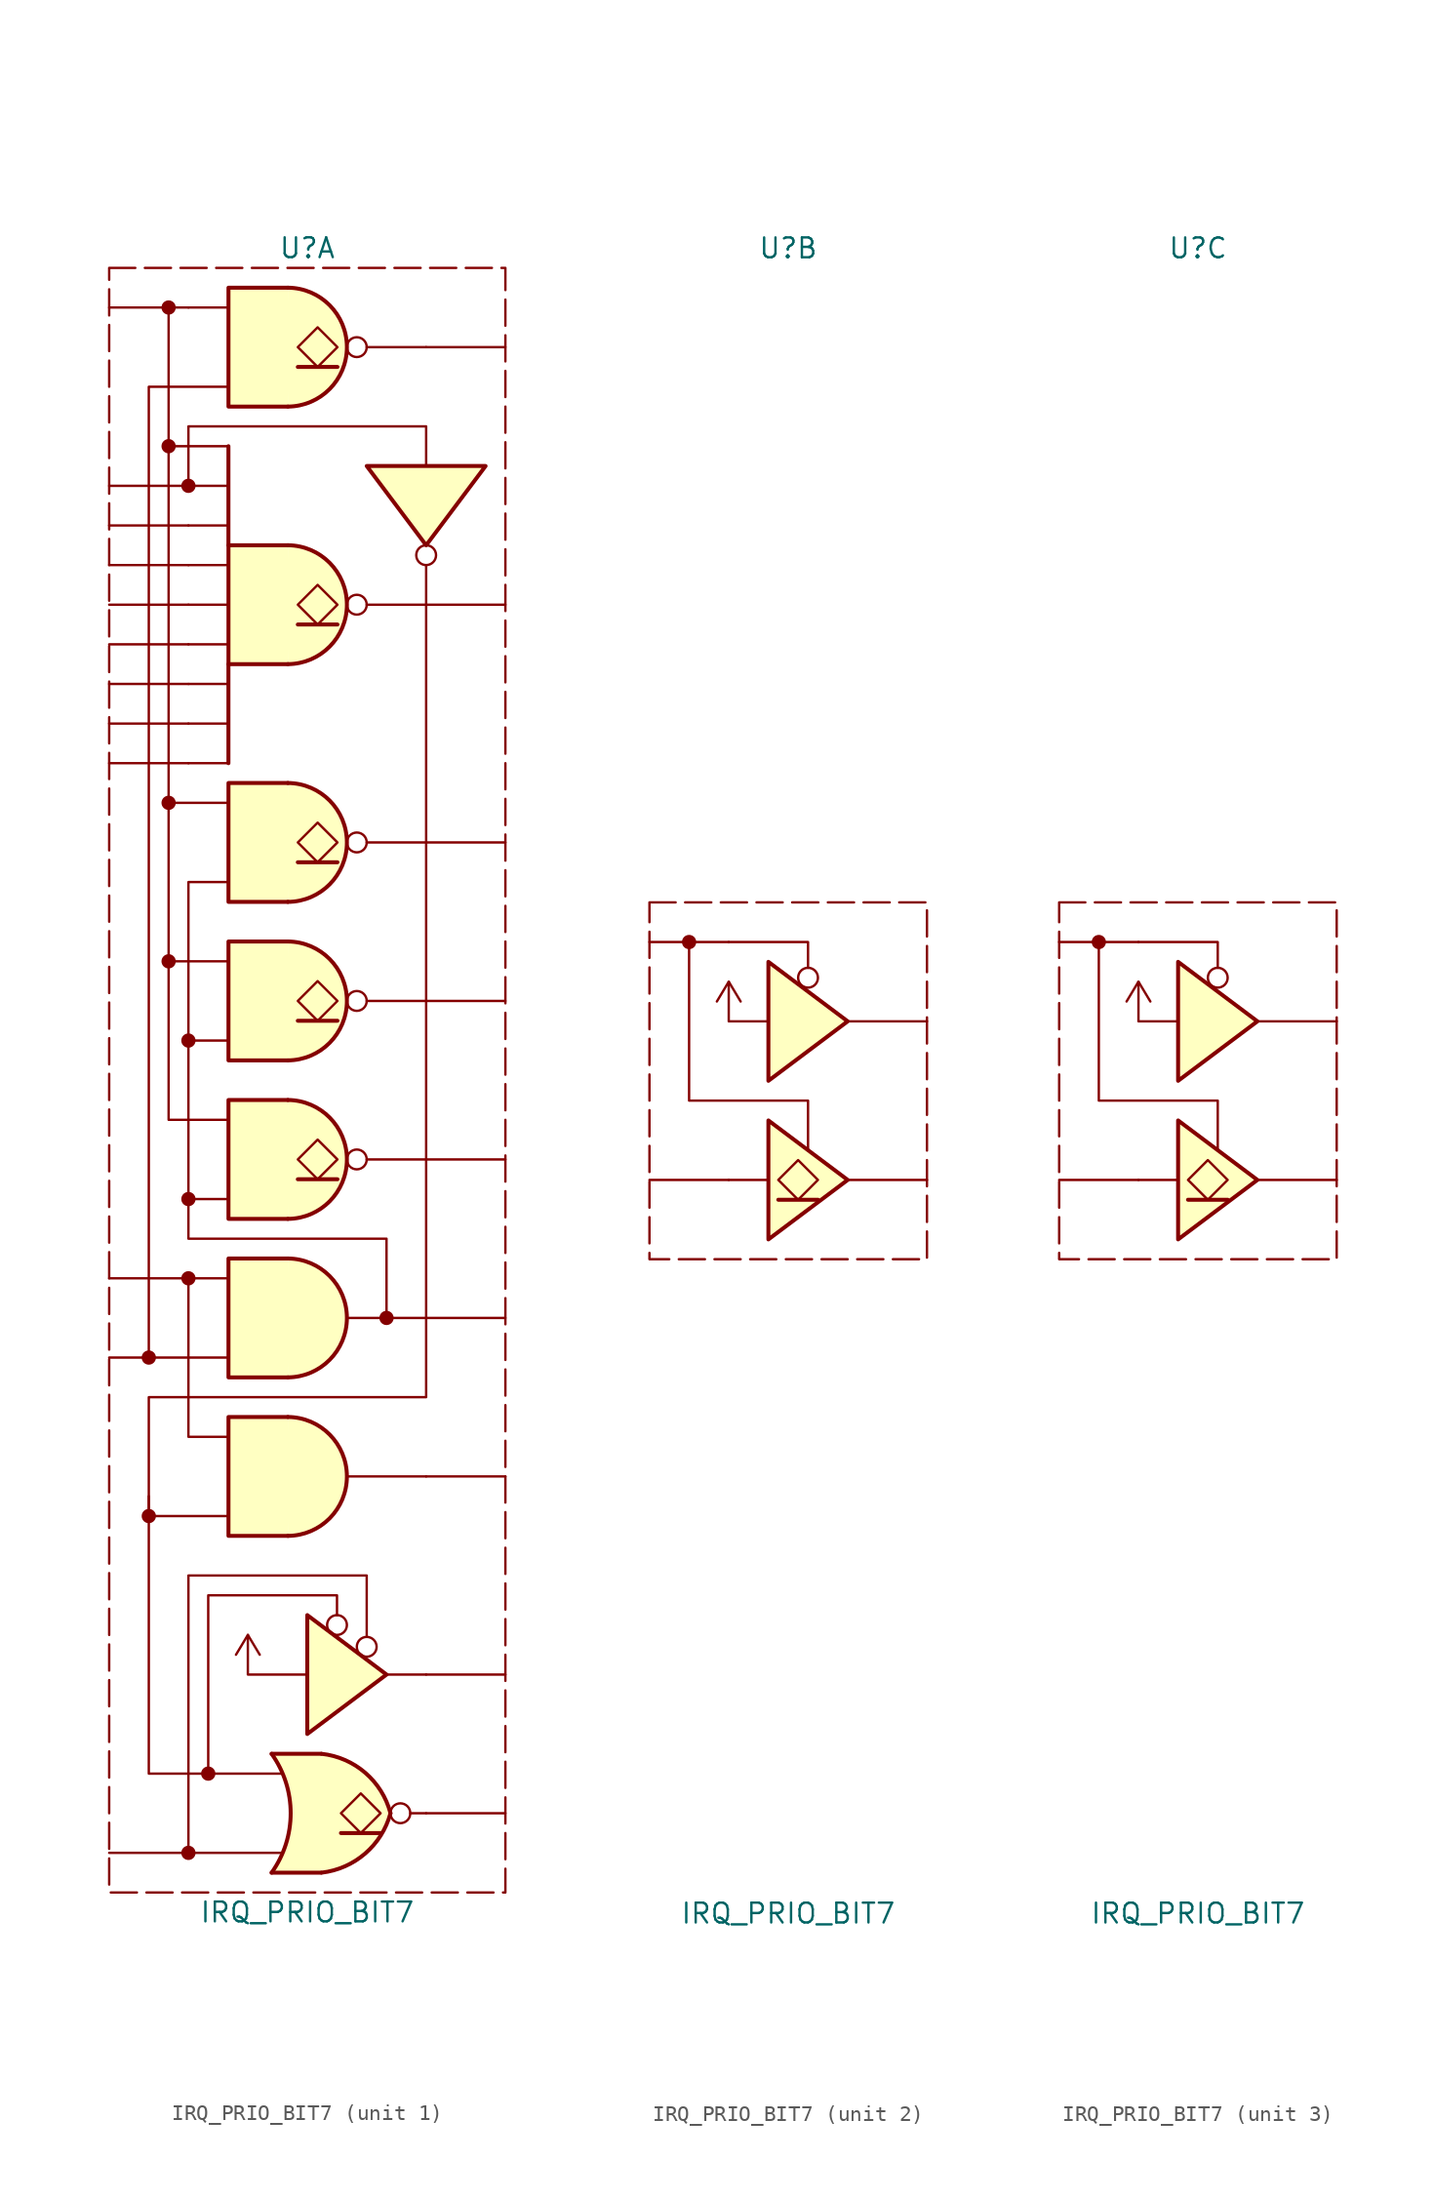
<source format=kicad_sym>
(kicad_symbol_lib
  (version 20231120)
  (generator "kicad_symbol_editor")
  (generator_version "8.0")
  (symbol "IRQ_PRIO_BIT7"
    (pin_numbers hide)
    (pin_names hide)
    (property "Reference" "U"
      (at 0 53.34 0)
      (effects (font (size 1.27 1.27))))
    (property "Value" "IRQ_PRIO_BIT7"
      (at 0 -53.34 0)
      (effects (font (size 1.27 1.27))))
    (property "ki_locked" ""
      (at 0 0 0)
      (effects (font (size 1.27 1.27))))
    (symbol "IRQ_PRIO_BIT7_1_0"
      (polyline (pts (xy 0 -34.29) (xy 0 -41.91) (xy 5.08 -38.1) (xy 0 -34.29)) (stroke (width 0.254) (type default)) (fill (type background)))
      (polyline (pts (xy 11.43 39.37) (xy 3.81 39.37) (xy 7.62 34.29) (xy 11.43 39.37)) (stroke (width 0.254) (type default)) (fill (type background))))
    (symbol "IRQ_PRIO_BIT7_1_1"
      (rectangle (start -12.7 52.07) (end 12.7 -52.07) (stroke (width 0) (type dash)) (fill (type none)))
      (circle (center -10.16 -27.94) (radius 0.381) (stroke (width 0) (type default)) (fill (type outline)))
      (circle (center -10.16 -17.78) (radius 0.381) (stroke (width 0) (type default)) (fill (type outline)))
      (circle (center -8.89 7.62) (radius 0.381) (stroke (width 0) (type default)) (fill (type outline)))
      (circle (center -8.89 17.78) (radius 0.381) (stroke (width 0) (type default)) (fill (type outline)))
      (circle (center -8.89 40.64) (radius 0.381) (stroke (width 0) (type default)) (fill (type outline)))
      (circle (center -8.89 49.53) (radius 0.381) (stroke (width 0) (type default)) (fill (type outline)))
      (circle (center -7.62 -49.53) (radius 0.381) (stroke (width 0) (type default)) (fill (type outline)))
      (circle (center -7.62 -12.7) (radius 0.381) (stroke (width 0) (type default)) (fill (type outline)))
      (circle (center -7.62 -7.62) (radius 0.381) (stroke (width 0) (type default)) (fill (type outline)))
      (circle (center -7.62 2.54) (radius 0.381) (stroke (width 0) (type default)) (fill (type outline)))
      (circle (center -7.62 38.1) (radius 0.381) (stroke (width 0) (type default)) (fill (type outline)))
      (circle (center -6.35 -44.45) (radius 0.381) (stroke (width 0) (type default)) (fill (type outline)))
      (arc (start -2.2862 -50.8) (mid -1.0652 -46.99) (end -2.2862 -43.18) (stroke (width 0.254) (type default)) (fill (type none)))
      (arc (start -1.2424 -29.21) (mid 2.5401 -25.4) (end -1.2424 -21.59) (stroke (width 0.254) (type default)) (fill (type background)))
      (arc (start -1.2424 -19.05) (mid 2.5401 -15.24) (end -1.2424 -11.43) (stroke (width 0.254) (type default)) (fill (type background)))
      (arc (start -1.2424 -8.89) (mid 2.5401 -5.08) (end -1.2424 -1.27) (stroke (width 0.254) (type default)) (fill (type background)))
      (arc (start -1.2424 1.27) (mid 2.5401 5.08) (end -1.2424 8.89) (stroke (width 0.254) (type default)) (fill (type background)))
      (arc (start -1.2424 11.43) (mid 2.5401 15.24) (end -1.2424 19.05) (stroke (width 0.254) (type default)) (fill (type background)))
      (arc (start -1.2424 26.67) (mid 2.5401 30.48) (end -1.2424 34.29) (stroke (width 0.254) (type default)) (fill (type background)))
      (arc (start -1.2424 43.18) (mid 2.5401 46.99) (end -1.2424 50.8) (stroke (width 0.254) (type default)) (fill (type background)))
      (polyline (pts (xy -8.89 17.78) (xy -5.08 17.78)) (stroke (width 0) (type default)) (fill (type none)))
      (polyline (pts (xy -7.62 -17.78) (xy -5.08 -17.78)) (stroke (width 0) (type default)) (fill (type none)))
      (polyline (pts (xy -7.62 -12.7) (xy -5.08 -12.7)) (stroke (width 0) (type default)) (fill (type none)))
      (polyline (pts (xy -7.62 35.56) (xy -5.08 35.56)) (stroke (width 0) (type default)) (fill (type none)))
      (polyline (pts (xy -7.62 38.1) (xy -5.08 38.1)) (stroke (width 0) (type default)) (fill (type none)))
      (polyline (pts (xy -7.62 49.53) (xy -5.08 49.53)) (stroke (width 0) (type default)) (fill (type none)))
      (polyline (pts (xy -5.08 -7.62) (xy -7.62 -7.62)) (stroke (width 0) (type default)) (fill (type none)))
      (polyline (pts (xy -5.08 20.32) (xy -7.62 20.32)) (stroke (width 0) (type default)) (fill (type none)))
      (polyline (pts (xy -5.08 22.86) (xy -7.62 22.86)) (stroke (width 0) (type default)) (fill (type none)))
      (polyline (pts (xy -5.08 25.4) (xy -7.62 25.4)) (stroke (width 0) (type default)) (fill (type none)))
      (polyline (pts (xy -5.08 27.94) (xy -7.62 27.94)) (stroke (width 0) (type default)) (fill (type none)))
      (polyline (pts (xy -5.08 30.48) (xy -7.62 30.48)) (stroke (width 0) (type default)) (fill (type none)))
      (polyline (pts (xy -5.08 33.02) (xy -7.62 33.02)) (stroke (width 0) (type default)) (fill (type none)))
      (polyline (pts (xy -5.08 40.64) (xy -8.89 40.64)) (stroke (width 0) (type default)) (fill (type none)))
      (polyline (pts (xy -5.055 26.67) (xy -5.055 20.32)) (stroke (width 0.254) (type default)) (fill (type background)))
      (polyline (pts (xy -5.055 40.64) (xy -5.055 34.29)) (stroke (width 0.254) (type default)) (fill (type background)))
      (polyline (pts (xy -2.286 -50.8) (xy 0.889 -50.8)) (stroke (width 0.254) (type default)) (fill (type background)))
      (polyline (pts (xy -2.286 -43.18) (xy 0.889 -43.18)) (stroke (width 0.254) (type default)) (fill (type background)))
      (polyline (pts (xy -1.651 -49.53) (xy -7.62 -49.53)) (stroke (width 0) (type default)) (fill (type none)))
      (polyline (pts (xy -0.607 -6.35) (xy 1.933 -6.35)) (stroke (width 0.254) (type default)) (fill (type none)))
      (polyline (pts (xy -0.607 3.81) (xy 1.933 3.81)) (stroke (width 0.254) (type default)) (fill (type none)))
      (polyline (pts (xy -0.607 13.97) (xy 1.933 13.97)) (stroke (width 0.254) (type default)) (fill (type none)))
      (polyline (pts (xy -0.607 29.21) (xy 1.933 29.21)) (stroke (width 0.254) (type default)) (fill (type none)))
      (polyline (pts (xy -0.607 45.72) (xy 1.933 45.72)) (stroke (width 0.254) (type default)) (fill (type none)))
      (polyline (pts (xy 2.159 -48.26) (xy 4.699 -48.26)) (stroke (width 0.254) (type default)) (fill (type none)))
      (polyline (pts (xy 3.81 -5.08) (xy 7.62 -5.08)) (stroke (width 0) (type default)) (fill (type none)))
      (polyline (pts (xy 7.62 -46.99) (xy 6.604 -46.99)) (stroke (width 0) (type default)) (fill (type none)))
      (polyline (pts (xy 7.62 -38.1) (xy 5.08 -38.1)) (stroke (width 0) (type default)) (fill (type none)))
      (polyline (pts (xy 7.62 -25.4) (xy 2.54 -25.4)) (stroke (width 0) (type default)) (fill (type none)))
      (polyline (pts (xy 7.62 -15.24) (xy 2.54 -15.24)) (stroke (width 0) (type default)) (fill (type none)))
      (polyline (pts (xy 7.62 5.08) (xy 3.81 5.08)) (stroke (width 0) (type default)) (fill (type none)))
      (polyline (pts (xy 7.62 15.24) (xy 3.81 15.24)) (stroke (width 0) (type default)) (fill (type none)))
      (polyline (pts (xy 7.62 30.48) (xy 3.81 30.48)) (stroke (width 0) (type default)) (fill (type none)))
      (polyline (pts (xy 7.62 46.99) (xy 3.81 46.99)) (stroke (width 0) (type default)) (fill (type none)))
      (polyline (pts (xy -8.89 49.53) (xy -8.89 7.62) (xy -5.08 7.62)) (stroke (width 0) (type default)) (fill (type none)))
      (polyline (pts (xy -7.62 2.54) (xy -7.62 12.7) (xy -5.08 12.7)) (stroke (width 0) (type default)) (fill (type none)))
      (polyline (pts (xy -5.08 -22.86) (xy -7.62 -22.86) (xy -7.62 -12.7)) (stroke (width 0) (type default)) (fill (type none)))
      (polyline (pts (xy -5.08 -2.54) (xy -8.89 -2.54) (xy -8.89 7.62)) (stroke (width 0) (type default)) (fill (type none)))
      (polyline (pts (xy -5.08 44.45) (xy -10.16 44.45) (xy -10.16 -17.78)) (stroke (width 0) (type default)) (fill (type none)))
      (polyline (pts (xy -4.572 -36.83) (xy -3.81 -35.56) (xy -3.048 -36.83)) (stroke (width 0) (type default)) (fill (type none)))
      (polyline (pts (xy -1.651 -44.45) (xy -10.16 -44.45) (xy -10.16 -26.67)) (stroke (width 0) (type default)) (fill (type none)))
      (polyline (pts (xy 0 -38.1) (xy -3.81 -38.1) (xy -3.81 -35.56)) (stroke (width 0) (type default)) (fill (type none)))
      (polyline (pts (xy -1.242 -21.59) (xy -5.052 -21.59) (xy -5.052 -29.21) (xy -1.242 -29.21)) (stroke (width 0.254) (type default)) (fill (type background)))
      (polyline (pts (xy -1.242 -11.43) (xy -5.052 -11.43) (xy -5.052 -19.05) (xy -1.242 -19.05)) (stroke (width 0.254) (type default)) (fill (type background)))
      (polyline (pts (xy -1.242 -1.27) (xy -5.052 -1.27) (xy -5.052 -8.89) (xy -1.242 -8.89)) (stroke (width 0.254) (type default)) (fill (type background)))
      (polyline (pts (xy -1.242 8.89) (xy -5.052 8.89) (xy -5.052 1.27) (xy -1.242 1.27)) (stroke (width 0.254) (type default)) (fill (type background)))
      (polyline (pts (xy -1.242 19.05) (xy -5.052 19.05) (xy -5.052 11.43) (xy -1.242 11.43)) (stroke (width 0.254) (type default)) (fill (type background)))
      (polyline (pts (xy -1.242 34.29) (xy -5.052 34.29) (xy -5.052 26.67) (xy -1.242 26.67)) (stroke (width 0.254) (type default)) (fill (type background)))
      (polyline (pts (xy -1.242 50.8) (xy -5.052 50.8) (xy -5.052 43.18) (xy -1.242 43.18)) (stroke (width 0.254) (type default)) (fill (type background)))
      (polyline (pts (xy 1.905 -34.29) (xy 1.905 -33.02) (xy -6.35 -33.02) (xy -6.35 -44.45)) (stroke (width 0) (type default)) (fill (type none)))
      (polyline (pts (xy 3.81 -35.687) (xy 3.81 -31.75) (xy -7.62 -31.75) (xy -7.62 -49.53)) (stroke (width 0) (type default)) (fill (type none)))
      (polyline (pts (xy 7.62 39.37) (xy 7.62 41.91) (xy -7.62 41.91) (xy -7.62 38.1)) (stroke (width 0) (type default)) (fill (type none)))
      (polyline (pts (xy -5.08 2.54) (xy -7.62 2.54) (xy -7.62 -10.16) (xy 5.08 -10.16) (xy 5.08 -15.24)) (stroke (width 0) (type default)) (fill (type none)))
      (polyline (pts (xy 1.933 -5.08) (xy 0.663 -3.81) (xy -0.607 -5.08) (xy 0.663 -6.35) (xy 1.933 -5.08)) (stroke (width 0) (type default)) (fill (type none)))
      (polyline (pts (xy 1.933 5.08) (xy 0.663 6.35) (xy -0.607 5.08) (xy 0.663 3.81) (xy 1.933 5.08)) (stroke (width 0) (type default)) (fill (type none)))
      (polyline (pts (xy 1.933 15.24) (xy 0.663 16.51) (xy -0.607 15.24) (xy 0.663 13.97) (xy 1.933 15.24)) (stroke (width 0) (type default)) (fill (type none)))
      (polyline (pts (xy 1.933 30.48) (xy 0.663 31.75) (xy -0.607 30.48) (xy 0.663 29.21) (xy 1.933 30.48)) (stroke (width 0) (type default)) (fill (type none)))
      (polyline (pts (xy 1.933 46.99) (xy 0.663 48.26) (xy -0.607 46.99) (xy 0.663 45.72) (xy 1.933 46.99)) (stroke (width 0) (type default)) (fill (type none)))
      (polyline (pts (xy 4.699 -46.99) (xy 3.429 -45.72) (xy 2.159 -46.99) (xy 3.429 -48.26) (xy 4.699 -46.99)) (stroke (width 0) (type default)) (fill (type none)))
      (polyline (pts (xy 7.62 33.02) (xy 7.62 -20.32) (xy -10.16 -20.32) (xy -10.16 -27.94) (xy -5.08 -27.94)) (stroke (width 0) (type default)) (fill (type none)))
      (polyline (pts (xy 0.889 -43.18) (xy -2.286 -43.18) (xy -2.286 -43.18) (xy -2.032 -43.586) (xy -1.499 -44.729) (xy -1.169 -45.949) (xy -1.092 -47.244) (xy -1.245 -48.489) (xy -1.651 -49.708) (xy -2.286 -50.8) (xy -2.286 -50.8) (xy 0.889 -50.8)) (stroke (width -25.4) (type default)) (fill (type background)))
      (arc (start 0.9142 -50.8) (mid 3.7093 -49.574) (end 5.3338 -46.99) (stroke (width 0.254) (type default)) (fill (type background)))
      (circle (center 1.905 -34.925) (radius 0.635) (stroke (width 0) (type default)) (fill (type none)))
      (circle (center 3.175 -5.08) (radius 0.635) (stroke (width 0) (type default)) (fill (type none)))
      (circle (center 3.175 5.08) (radius 0.635) (stroke (width 0) (type default)) (fill (type none)))
      (circle (center 3.175 15.24) (radius 0.635) (stroke (width 0) (type default)) (fill (type none)))
      (circle (center 3.175 30.48) (radius 0.635) (stroke (width 0) (type default)) (fill (type none)))
      (circle (center 3.175 46.99) (radius 0.635) (stroke (width 0) (type default)) (fill (type none)))
      (circle (center 3.81 -36.322) (radius 0.635) (stroke (width 0) (type default)) (fill (type none)))
      (circle (center 5.08 -15.24) (radius 0.381) (stroke (width 0) (type default)) (fill (type outline)))
      (arc (start 5.3338 -46.99) (mid 3.7166 -44.3975) (end 0.9142 -43.18) (stroke (width 0.254) (type default)) (fill (type background)))
      (circle (center 5.969 -46.99) (radius 0.635) (stroke (width 0) (type default)) (fill (type none)))
      (circle (center 7.62 33.655) (radius 0.635) (stroke (width 0) (type default)) (fill (type none)))
      (pin input line (at -12.7 -17.78 0) (length 5.08) (name "AND_A_IN2_NAND_A_IN2" (effects (font (size 1.27 1.27)))) (number "" (effects (font (size 1.27 1.27)))))
      (pin output line (at 12.7 -15.24 180) (length 5.08) (name "AND_A_Y" (effects (font (size 1.27 1.27)))) (number "" (effects (font (size 1.27 1.27)))))
      (pin output line (at 12.7 -25.4 180) (length 5.08) (name "AND_B_Y" (effects (font (size 1.27 1.27)))) (number "" (effects (font (size 1.27 1.27)))))
      (pin input line (at -12.7 -12.7 0) (length 5.08) (name "AND_IN1" (effects (font (size 1.27 1.27)))) (number "" (effects (font (size 1.27 1.27)))))
      (pin input line (at -12.7 -49.53 0) (length 5.08) (name "DIST_NOR_IN2" (effects (font (size 1.27 1.27)))) (number "" (effects (font (size 1.27 1.27)))))
      (pin tri_state line (at 12.7 -46.99 180) (length 5.08) (name "DIST_NOR_Y_N" (effects (font (size 1.27 1.27)))) (number "" (effects (font (size 1.27 1.27)))))
      (pin tri_state line (at 12.7 -38.1 180) (length 5.08) (name "DIST_NOR_Y_P" (effects (font (size 1.27 1.27)))) (number "" (effects (font (size 1.27 1.27)))))
      (pin tri_state line (at 12.7 46.99 180) (length 5.08) (name "NAND_A_Y" (effects (font (size 1.27 1.27)))) (number "" (effects (font (size 1.27 1.27)))))
      (pin input line (at -12.7 38.1 0) (length 5.08) (name "NAND_B_IN2" (effects (font (size 1.27 1.27)))) (number "" (effects (font (size 1.27 1.27)))))
      (pin input line (at -12.7 35.56 0) (length 5.08) (name "NAND_B_IN3" (effects (font (size 1.27 1.27)))) (number "" (effects (font (size 1.27 1.27)))))
      (pin input line (at -12.7 33.02 0) (length 5.08) (name "NAND_B_IN4" (effects (font (size 1.27 1.27)))) (number "" (effects (font (size 1.27 1.27)))))
      (pin input line (at -12.7 30.48 0) (length 5.08) (name "NAND_B_IN5" (effects (font (size 1.27 1.27)))) (number "" (effects (font (size 1.27 1.27)))))
      (pin input line (at -12.7 27.94 0) (length 5.08) (name "NAND_B_IN6" (effects (font (size 1.27 1.27)))) (number "" (effects (font (size 1.27 1.27)))))
      (pin input line (at -12.7 25.4 0) (length 5.08) (name "NAND_B_IN7" (effects (font (size 1.27 1.27)))) (number "" (effects (font (size 1.27 1.27)))))
      (pin input line (at -12.7 22.86 0) (length 5.08) (name "NAND_B_IN8" (effects (font (size 1.27 1.27)))) (number "" (effects (font (size 1.27 1.27)))))
      (pin input line (at -12.7 20.32 0) (length 5.08) (name "NAND_B_IN9" (effects (font (size 1.27 1.27)))) (number "" (effects (font (size 1.27 1.27)))))
      (pin tri_state line (at 12.7 30.48 180) (length 5.08) (name "NAND_B_Y" (effects (font (size 1.27 1.27)))) (number "" (effects (font (size 1.27 1.27)))))
      (pin tri_state line (at 12.7 15.24 180) (length 5.08) (name "NAND_C_Y" (effects (font (size 1.27 1.27)))) (number "" (effects (font (size 1.27 1.27)))))
      (pin tri_state line (at 12.7 5.08 180) (length 5.08) (name "NAND_D_Y" (effects (font (size 1.27 1.27)))) (number "" (effects (font (size 1.27 1.27)))))
      (pin tri_state line (at 12.7 -5.08 180) (length 5.08) (name "NAND_E_Y" (effects (font (size 1.27 1.27)))) (number "" (effects (font (size 1.27 1.27)))))
      (pin input line (at -12.7 49.53 0) (length 5.08) (name "~{PCH}" (effects (font (size 1.27 1.27)))) (number "" (effects (font (size 1.27 1.27))))))
    (symbol "IRQ_PRIO_BIT7_2_0"
      (polyline (pts (xy -1.27 -2.54) (xy -1.27 -10.16) (xy 3.81 -6.35) (xy -1.27 -2.54)) (stroke (width 0.254) (type default)) (fill (type background)))
      (polyline (pts (xy -1.27 7.62) (xy -1.27 0) (xy 3.81 3.81) (xy -1.27 7.62)) (stroke (width 0.254) (type default)) (fill (type background))))
    (symbol "IRQ_PRIO_BIT7_2_1"
      (rectangle (start -8.89 11.43) (end 8.89 -11.43) (stroke (width 0) (type dash)) (fill (type none)))
      (circle (center -6.35 8.89) (radius 0.381) (stroke (width 0) (type default)) (fill (type outline)))
      (polyline (pts (xy -3.81 -6.35) (xy -1.27 -6.35)) (stroke (width 0) (type default)) (fill (type none)))
      (polyline (pts (xy -0.635 -7.62) (xy 1.905 -7.62)) (stroke (width 0.254) (type default)) (fill (type none)))
      (polyline (pts (xy -4.572 5.08) (xy -3.81 6.35) (xy -3.048 5.08)) (stroke (width 0) (type default)) (fill (type none)))
      (polyline (pts (xy -3.81 8.89) (xy 1.27 8.89) (xy 1.27 7.239)) (stroke (width 0) (type default)) (fill (type none)))
      (polyline (pts (xy -1.27 3.81) (xy -3.81 3.81) (xy -3.81 6.35)) (stroke (width 0) (type default)) (fill (type none)))
      (polyline (pts (xy 1.27 -4.445) (xy 1.27 -1.27) (xy -6.35 -1.27) (xy -6.35 8.89)) (stroke (width 0) (type default)) (fill (type none)))
      (polyline (pts (xy 1.905 -6.35) (xy 0.635 -5.08) (xy -0.635 -6.35) (xy 0.635 -7.62) (xy 1.905 -6.35)) (stroke (width 0) (type default)) (fill (type none)))
      (circle (center 1.27 6.604) (radius 0.635) (stroke (width 0) (type default)) (fill (type none)))
      (pin input line (at -8.89 8.89 0) (length 5.08) (name "DIST_NAND_A_IN" (effects (font (size 1.27 1.27)))) (number "" (effects (font (size 1.27 1.27)))))
      (pin input line (at -8.89 -6.35 0) (length 5.08) (name "DIST_NAND_A_IN_N" (effects (font (size 1.27 1.27)))) (number "" (effects (font (size 1.27 1.27)))))
      (pin tri_state line (at 8.89 -6.35 180) (length 5.08) (name "DIST_NAND_A_Y_N" (effects (font (size 1.27 1.27)))) (number "" (effects (font (size 1.27 1.27)))))
      (pin tri_state line (at 8.89 3.81 180) (length 5.08) (name "DIST_NAND_A_Y_P" (effects (font (size 1.27 1.27)))) (number "" (effects (font (size 1.27 1.27))))))
    (symbol "IRQ_PRIO_BIT7_3_0"
      (polyline (pts (xy -1.27 -2.54) (xy -1.27 -10.16) (xy 3.81 -6.35) (xy -1.27 -2.54)) (stroke (width 0.254) (type default)) (fill (type background)))
      (polyline (pts (xy -1.27 7.62) (xy -1.27 0) (xy 3.81 3.81) (xy -1.27 7.62)) (stroke (width 0.254) (type default)) (fill (type background))))
    (symbol "IRQ_PRIO_BIT7_3_1"
      (rectangle (start -8.89 11.43) (end 8.89 -11.43) (stroke (width 0) (type dash)) (fill (type none)))
      (circle (center -6.35 8.89) (radius 0.381) (stroke (width 0) (type default)) (fill (type outline)))
      (polyline (pts (xy -3.81 -6.35) (xy -1.27 -6.35)) (stroke (width 0) (type default)) (fill (type none)))
      (polyline (pts (xy -0.635 -7.62) (xy 1.905 -7.62)) (stroke (width 0.254) (type default)) (fill (type none)))
      (polyline (pts (xy -4.572 5.08) (xy -3.81 6.35) (xy -3.048 5.08)) (stroke (width 0) (type default)) (fill (type none)))
      (polyline (pts (xy -3.81 8.89) (xy 1.27 8.89) (xy 1.27 7.239)) (stroke (width 0) (type default)) (fill (type none)))
      (polyline (pts (xy -1.27 3.81) (xy -3.81 3.81) (xy -3.81 6.35)) (stroke (width 0) (type default)) (fill (type none)))
      (polyline (pts (xy 1.27 -4.445) (xy 1.27 -1.27) (xy -6.35 -1.27) (xy -6.35 8.89)) (stroke (width 0) (type default)) (fill (type none)))
      (polyline (pts (xy 1.905 -6.35) (xy 0.635 -5.08) (xy -0.635 -6.35) (xy 0.635 -7.62) (xy 1.905 -6.35)) (stroke (width 0) (type default)) (fill (type none)))
      (circle (center 1.27 6.604) (radius 0.635) (stroke (width 0) (type default)) (fill (type none)))
      (pin input line (at -8.89 8.89 0) (length 5.08) (name "DIST_NAND_B_IN" (effects (font (size 1.27 1.27)))) (number "" (effects (font (size 1.27 1.27)))))
      (pin input line (at -8.89 -6.35 0) (length 5.08) (name "DIST_NAND_B_IN_N" (effects (font (size 1.27 1.27)))) (number "" (effects (font (size 1.27 1.27)))))
      (pin tri_state line (at 8.89 -6.35 180) (length 5.08) (name "DIST_NAND_B_Y_N" (effects (font (size 1.27 1.27)))) (number "" (effects (font (size 1.27 1.27)))))
      (pin tri_state line (at 8.89 3.81 180) (length 5.08) (name "DIST_NAND_B_Y_P" (effects (font (size 1.27 1.27)))) (number "" (effects (font (size 1.27 1.27))))))))
</source>
